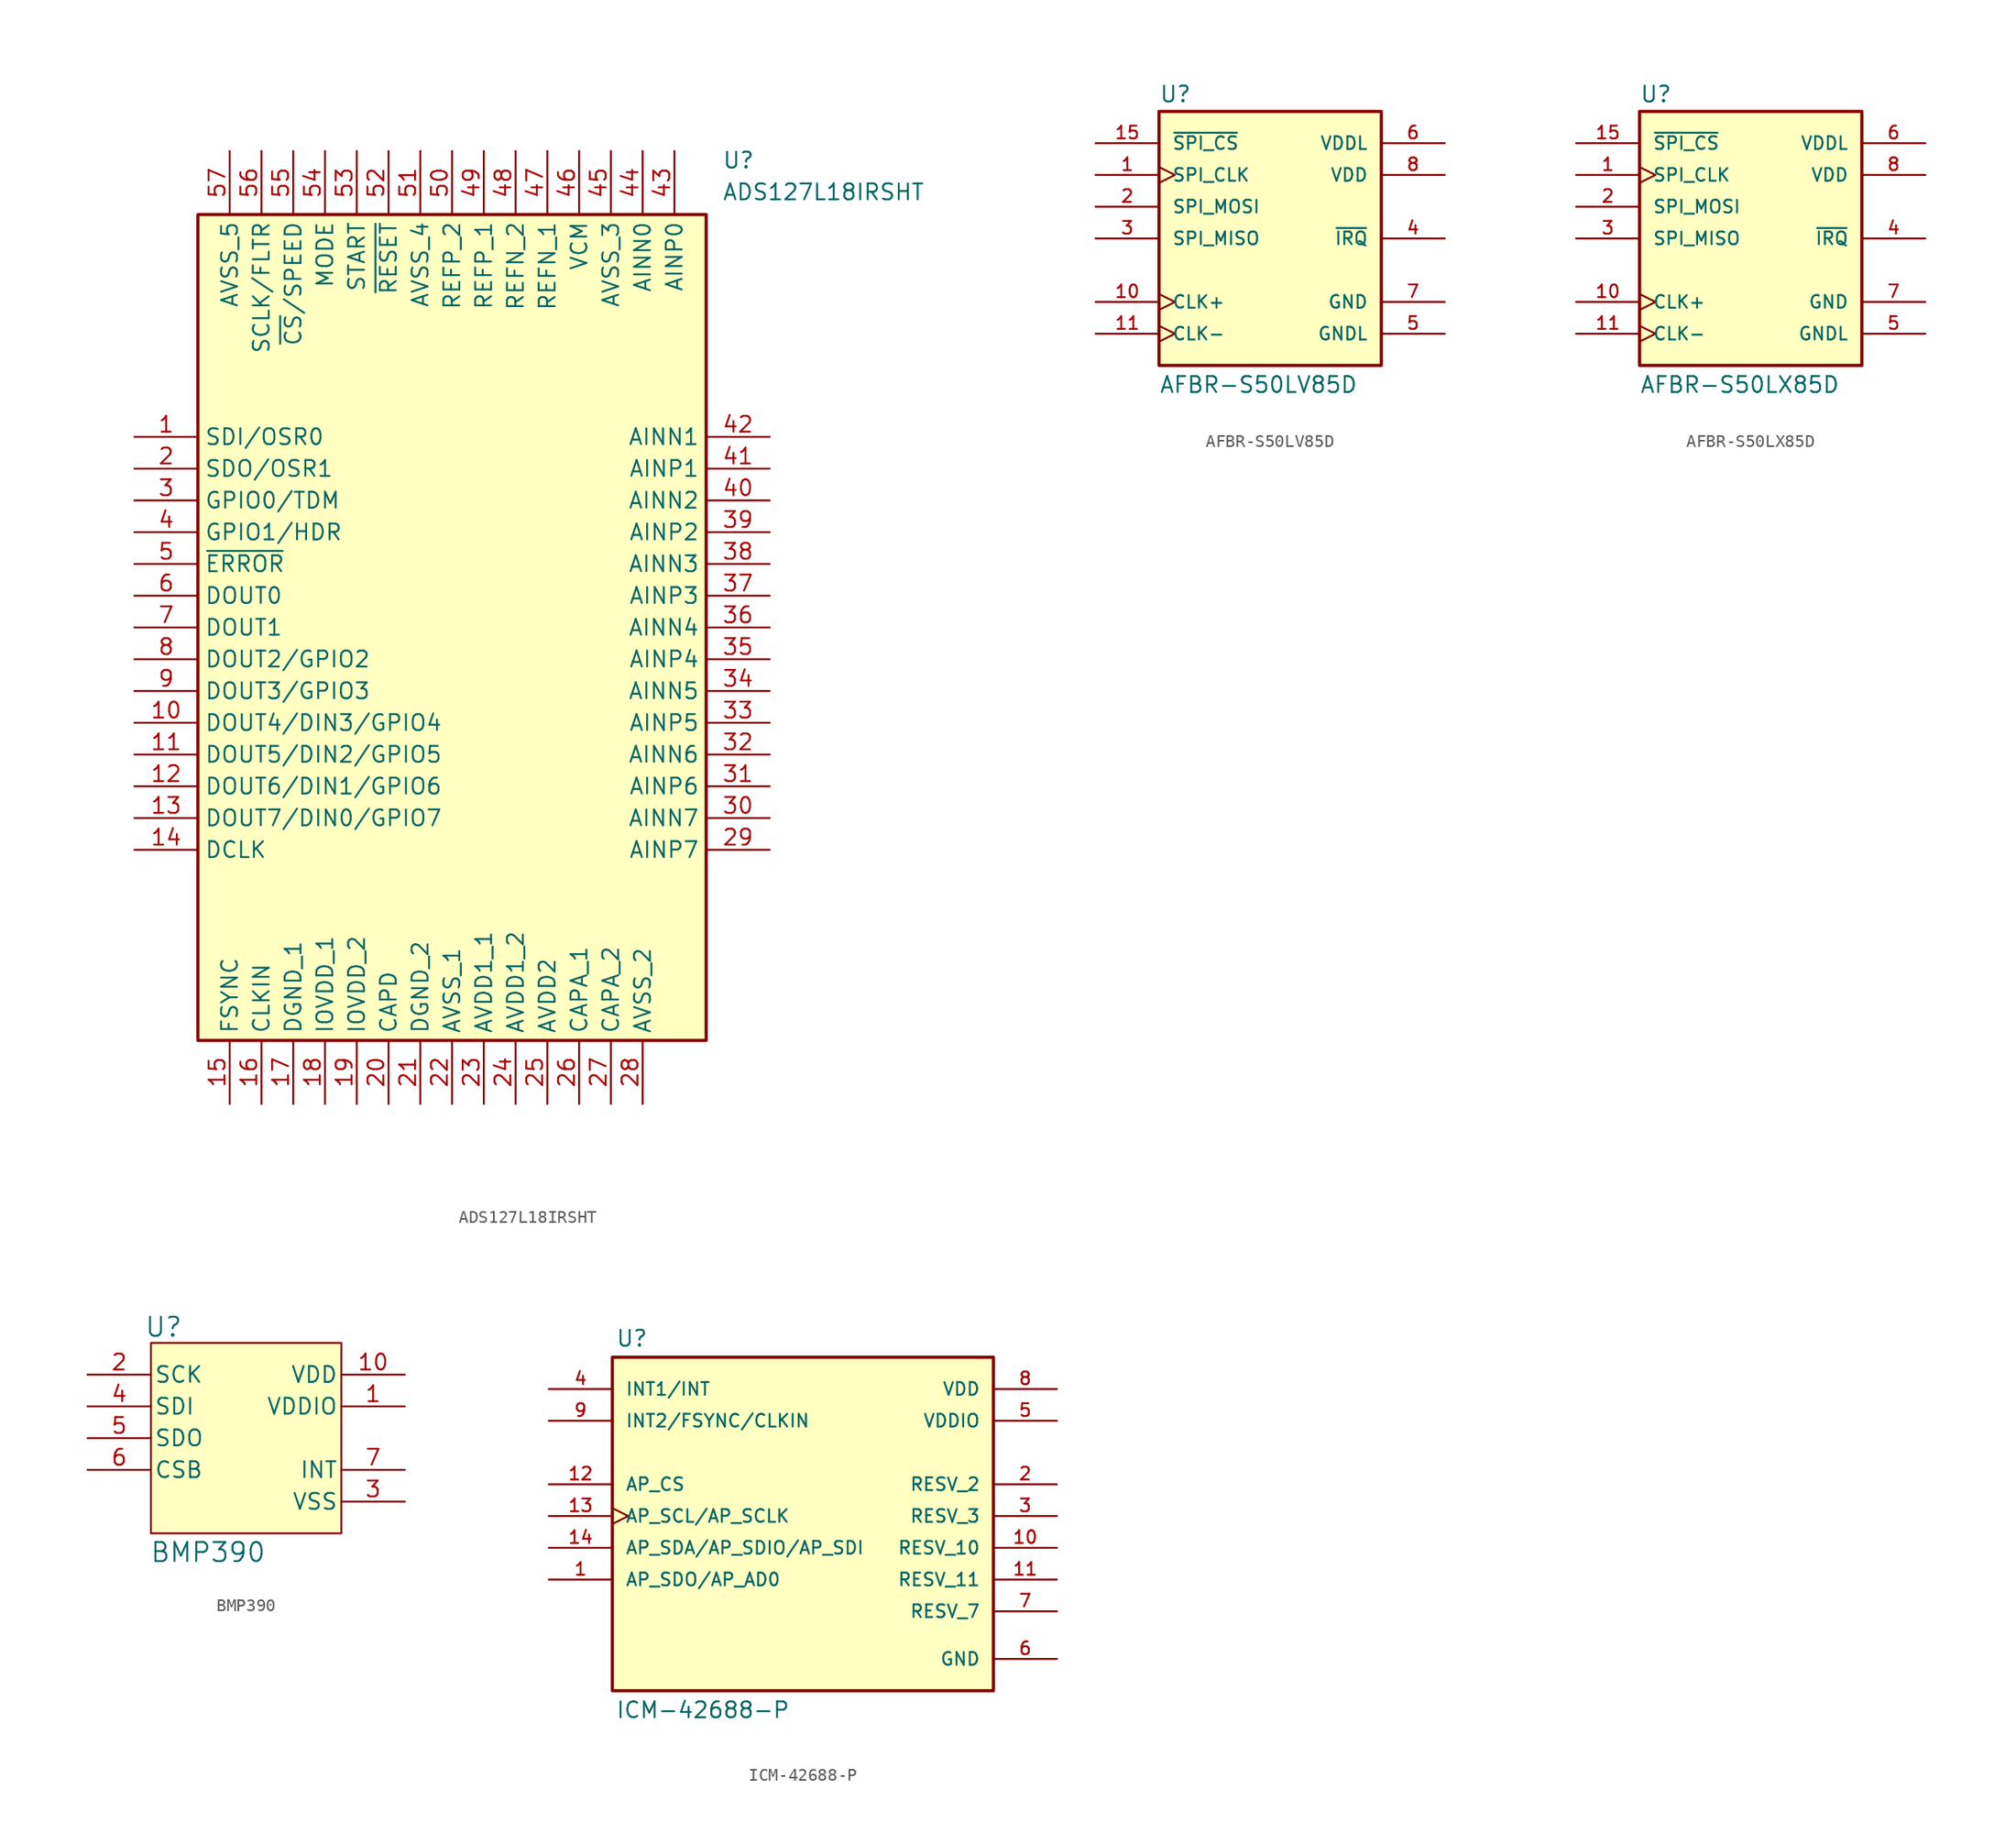
<source format=kicad_sym>
(kicad_symbol_lib
  (version 20241209)
  (generator "kicad_symbol_editor")
  (generator_version "9.0")
  (symbol "ADS127L18IRSHT"
    (property "Reference" "U"
      (at 46.99 22.86 0)
      (effects (font (size 1.27 1.27)) (justify left top)))
    (property "Value" "ADS127L18IRSHT"
      (at 46.99 20.32 0)
      (effects (font (size 1.27 1.27)) (justify left top)))
    (symbol "ADS127L18IRSHT_1_1"
      (rectangle (start 5.08 17.78) (end 45.72 -48.26) (stroke (width 0.254) (type default)) (fill (type background)))
      (pin passive line (at 0 0 0) (length 5.08) (name "SDI/OSR0" (effects (font (size 1.27 1.27)))) (number "1" (effects (font (size 1.27 1.27)))))
      (pin passive line (at 0 -2.54 0) (length 5.08) (name "SDO/OSR1" (effects (font (size 1.27 1.27)))) (number "2" (effects (font (size 1.27 1.27)))))
      (pin passive line (at 0 -5.08 0) (length 5.08) (name "GPIO0/TDM" (effects (font (size 1.27 1.27)))) (number "3" (effects (font (size 1.27 1.27)))))
      (pin passive line (at 0 -7.62 0) (length 5.08) (name "GPIO1/HDR" (effects (font (size 1.27 1.27)))) (number "4" (effects (font (size 1.27 1.27)))))
      (pin passive line (at 0 -10.16 0) (length 5.08) (name "~{ERROR}" (effects (font (size 1.27 1.27)))) (number "5" (effects (font (size 1.27 1.27)))))
      (pin passive line (at 0 -12.7 0) (length 5.08) (name "DOUT0" (effects (font (size 1.27 1.27)))) (number "6" (effects (font (size 1.27 1.27)))))
      (pin passive line (at 0 -15.24 0) (length 5.08) (name "DOUT1" (effects (font (size 1.27 1.27)))) (number "7" (effects (font (size 1.27 1.27)))))
      (pin passive line (at 0 -17.78 0) (length 5.08) (name "DOUT2/GPIO2" (effects (font (size 1.27 1.27)))) (number "8" (effects (font (size 1.27 1.27)))))
      (pin passive line (at 0 -20.32 0) (length 5.08) (name "DOUT3/GPIO3" (effects (font (size 1.27 1.27)))) (number "9" (effects (font (size 1.27 1.27)))))
      (pin passive line (at 0 -22.86 0) (length 5.08) (name "DOUT4/DIN3/GPIO4" (effects (font (size 1.27 1.27)))) (number "10" (effects (font (size 1.27 1.27)))))
      (pin passive line (at 0 -25.4 0) (length 5.08) (name "DOUT5/DIN2/GPIO5" (effects (font (size 1.27 1.27)))) (number "11" (effects (font (size 1.27 1.27)))))
      (pin passive line (at 0 -27.94 0) (length 5.08) (name "DOUT6/DIN1/GPIO6" (effects (font (size 1.27 1.27)))) (number "12" (effects (font (size 1.27 1.27)))))
      (pin passive line (at 0 -30.48 0) (length 5.08) (name "DOUT7/DIN0/GPIO7" (effects (font (size 1.27 1.27)))) (number "13" (effects (font (size 1.27 1.27)))))
      (pin passive line (at 0 -33.02 0) (length 5.08) (name "DCLK" (effects (font (size 1.27 1.27)))) (number "14" (effects (font (size 1.27 1.27)))))
      (pin passive line (at 7.62 22.86 270) (length 5.08) (name "AVSS_5" (effects (font (size 1.27 1.27)))) (number "57" (effects (font (size 1.27 1.27)))))
      (pin passive line (at 7.62 -53.34 90) (length 5.08) (name "FSYNC" (effects (font (size 1.27 1.27)))) (number "15" (effects (font (size 1.27 1.27)))))
      (pin passive line (at 10.16 22.86 270) (length 5.08) (name "SCLK/FLTR" (effects (font (size 1.27 1.27)))) (number "56" (effects (font (size 1.27 1.27)))))
      (pin passive line (at 10.16 -53.34 90) (length 5.08) (name "CLKIN" (effects (font (size 1.27 1.27)))) (number "16" (effects (font (size 1.27 1.27)))))
      (pin passive line (at 12.7 22.86 270) (length 5.08) (name "~{CS}/SPEED" (effects (font (size 1.27 1.27)))) (number "55" (effects (font (size 1.27 1.27)))))
      (pin passive line (at 12.7 -53.34 90) (length 5.08) (name "DGND_1" (effects (font (size 1.27 1.27)))) (number "17" (effects (font (size 1.27 1.27)))))
      (pin passive line (at 15.24 22.86 270) (length 5.08) (name "MODE" (effects (font (size 1.27 1.27)))) (number "54" (effects (font (size 1.27 1.27)))))
      (pin passive line (at 15.24 -53.34 90) (length 5.08) (name "IOVDD_1" (effects (font (size 1.27 1.27)))) (number "18" (effects (font (size 1.27 1.27)))))
      (pin passive line (at 17.78 22.86 270) (length 5.08) (name "START" (effects (font (size 1.27 1.27)))) (number "53" (effects (font (size 1.27 1.27)))))
      (pin passive line (at 17.78 -53.34 90) (length 5.08) (name "IOVDD_2" (effects (font (size 1.27 1.27)))) (number "19" (effects (font (size 1.27 1.27)))))
      (pin passive line (at 20.32 22.86 270) (length 5.08) (name "~{RESET}" (effects (font (size 1.27 1.27)))) (number "52" (effects (font (size 1.27 1.27)))))
      (pin passive line (at 20.32 -53.34 90) (length 5.08) (name "CAPD" (effects (font (size 1.27 1.27)))) (number "20" (effects (font (size 1.27 1.27)))))
      (pin passive line (at 22.86 22.86 270) (length 5.08) (name "AVSS_4" (effects (font (size 1.27 1.27)))) (number "51" (effects (font (size 1.27 1.27)))))
      (pin passive line (at 22.86 -53.34 90) (length 5.08) (name "DGND_2" (effects (font (size 1.27 1.27)))) (number "21" (effects (font (size 1.27 1.27)))))
      (pin passive line (at 25.4 22.86 270) (length 5.08) (name "REFP_2" (effects (font (size 1.27 1.27)))) (number "50" (effects (font (size 1.27 1.27)))))
      (pin passive line (at 25.4 -53.34 90) (length 5.08) (name "AVSS_1" (effects (font (size 1.27 1.27)))) (number "22" (effects (font (size 1.27 1.27)))))
      (pin passive line (at 27.94 22.86 270) (length 5.08) (name "REFP_1" (effects (font (size 1.27 1.27)))) (number "49" (effects (font (size 1.27 1.27)))))
      (pin passive line (at 27.94 -53.34 90) (length 5.08) (name "AVDD1_1" (effects (font (size 1.27 1.27)))) (number "23" (effects (font (size 1.27 1.27)))))
      (pin passive line (at 30.48 22.86 270) (length 5.08) (name "REFN_2" (effects (font (size 1.27 1.27)))) (number "48" (effects (font (size 1.27 1.27)))))
      (pin passive line (at 30.48 -53.34 90) (length 5.08) (name "AVDD1_2" (effects (font (size 1.27 1.27)))) (number "24" (effects (font (size 1.27 1.27)))))
      (pin passive line (at 33.02 22.86 270) (length 5.08) (name "REFN_1" (effects (font (size 1.27 1.27)))) (number "47" (effects (font (size 1.27 1.27)))))
      (pin passive line (at 33.02 -53.34 90) (length 5.08) (name "AVDD2" (effects (font (size 1.27 1.27)))) (number "25" (effects (font (size 1.27 1.27)))))
      (pin passive line (at 35.56 22.86 270) (length 5.08) (name "VCM" (effects (font (size 1.27 1.27)))) (number "46" (effects (font (size 1.27 1.27)))))
      (pin passive line (at 35.56 -53.34 90) (length 5.08) (name "CAPA_1" (effects (font (size 1.27 1.27)))) (number "26" (effects (font (size 1.27 1.27)))))
      (pin passive line (at 38.1 22.86 270) (length 5.08) (name "AVSS_3" (effects (font (size 1.27 1.27)))) (number "45" (effects (font (size 1.27 1.27)))))
      (pin passive line (at 38.1 -53.34 90) (length 5.08) (name "CAPA_2" (effects (font (size 1.27 1.27)))) (number "27" (effects (font (size 1.27 1.27)))))
      (pin passive line (at 40.64 22.86 270) (length 5.08) (name "AINN0" (effects (font (size 1.27 1.27)))) (number "44" (effects (font (size 1.27 1.27)))))
      (pin passive line (at 40.64 -53.34 90) (length 5.08) (name "AVSS_2" (effects (font (size 1.27 1.27)))) (number "28" (effects (font (size 1.27 1.27)))))
      (pin passive line (at 43.18 22.86 270) (length 5.08) (name "AINP0" (effects (font (size 1.27 1.27)))) (number "43" (effects (font (size 1.27 1.27)))))
      (pin passive line (at 50.8 0 180) (length 5.08) (name "AINN1" (effects (font (size 1.27 1.27)))) (number "42" (effects (font (size 1.27 1.27)))))
      (pin passive line (at 50.8 -2.54 180) (length 5.08) (name "AINP1" (effects (font (size 1.27 1.27)))) (number "41" (effects (font (size 1.27 1.27)))))
      (pin passive line (at 50.8 -5.08 180) (length 5.08) (name "AINN2" (effects (font (size 1.27 1.27)))) (number "40" (effects (font (size 1.27 1.27)))))
      (pin passive line (at 50.8 -7.62 180) (length 5.08) (name "AINP2" (effects (font (size 1.27 1.27)))) (number "39" (effects (font (size 1.27 1.27)))))
      (pin passive line (at 50.8 -10.16 180) (length 5.08) (name "AINN3" (effects (font (size 1.27 1.27)))) (number "38" (effects (font (size 1.27 1.27)))))
      (pin passive line (at 50.8 -12.7 180) (length 5.08) (name "AINP3" (effects (font (size 1.27 1.27)))) (number "37" (effects (font (size 1.27 1.27)))))
      (pin passive line (at 50.8 -15.24 180) (length 5.08) (name "AINN4" (effects (font (size 1.27 1.27)))) (number "36" (effects (font (size 1.27 1.27)))))
      (pin passive line (at 50.8 -17.78 180) (length 5.08) (name "AINP4" (effects (font (size 1.27 1.27)))) (number "35" (effects (font (size 1.27 1.27)))))
      (pin passive line (at 50.8 -20.32 180) (length 5.08) (name "AINN5" (effects (font (size 1.27 1.27)))) (number "34" (effects (font (size 1.27 1.27)))))
      (pin passive line (at 50.8 -22.86 180) (length 5.08) (name "AINP5" (effects (font (size 1.27 1.27)))) (number "33" (effects (font (size 1.27 1.27)))))
      (pin passive line (at 50.8 -25.4 180) (length 5.08) (name "AINN6" (effects (font (size 1.27 1.27)))) (number "32" (effects (font (size 1.27 1.27)))))
      (pin passive line (at 50.8 -27.94 180) (length 5.08) (name "AINP6" (effects (font (size 1.27 1.27)))) (number "31" (effects (font (size 1.27 1.27)))))
      (pin passive line (at 50.8 -30.48 180) (length 5.08) (name "AINN7" (effects (font (size 1.27 1.27)))) (number "30" (effects (font (size 1.27 1.27)))))
      (pin passive line (at 50.8 -33.02 180) (length 5.08) (name "AINP7" (effects (font (size 1.27 1.27)))) (number "29" (effects (font (size 1.27 1.27)))))))
  (symbol "AFBR-S50LV85D"
    (pin_names
      (offset 1.016))
    (property "Reference" "U"
      (at -8.89 10.795 0)
      (effects (font (size 1.27 1.27)) (justify left bottom)))
    (property "Value" "AFBR-S50LV85D"
      (at -8.89 -12.446 0)
      (effects (font (size 1.27 1.27)) (justify left bottom)))
    (symbol "AFBR-S50LV85D_0_0"
      (rectangle (start -8.89 10.16) (end 8.89 -10.16) (stroke (width 0.254) (type default)) (fill (type background)))
      (pin input line (at -13.97 7.62 0) (length 5.08) (name "~{SPI_CS}" (effects (font (size 1.016 1.016)))) (number "15" (effects (font (size 1.016 1.016)))))
      (pin input clock (at -13.97 5.08 0) (length 5.08) (name "SPI_CLK" (effects (font (size 1.016 1.016)))) (number "1" (effects (font (size 1.016 1.016)))))
      (pin input line (at -13.97 2.54 0) (length 5.08) (name "SPI_MOSI" (effects (font (size 1.016 1.016)))) (number "2" (effects (font (size 1.016 1.016)))))
      (pin output line (at -13.97 0 0) (length 5.08) (name "SPI_MISO" (effects (font (size 1.016 1.016)))) (number "3" (effects (font (size 1.016 1.016)))))
      (pin bidirectional clock (at -13.97 -5.08 0) (length 5.08) (name "CLK+" (effects (font (size 1.016 1.016)))) (number "10" (effects (font (size 1.016 1.016)))))
      (pin bidirectional clock (at -13.97 -7.62 0) (length 5.08) (name "CLK-" (effects (font (size 1.016 1.016)))) (number "11" (effects (font (size 1.016 1.016)))))
      (pin power_in line (at 13.97 7.62 180) (length 5.08) (name "VDDL" (effects (font (size 1.016 1.016)))) (number "6" (effects (font (size 1.016 1.016)))))
      (pin power_in line (at 13.97 5.08 180) (length 5.08) (hide yes) (name "VDD" (effects (font (size 1.016 1.016)))) (number "13" (effects (font (size 1.016 1.016)))))
      (pin power_in line (at 13.97 5.08 180) (length 5.08) (name "VDD" (effects (font (size 1.016 1.016)))) (number "8" (effects (font (size 1.016 1.016)))))
      (pin no_connect line (at 13.97 2.54 180) (length 5.08) (hide yes) (name "TEST" (effects (font (size 1.016 1.016)))) (number "12" (effects (font (size 1.016 1.016)))))
      (pin output line (at 13.97 0 180) (length 5.08) (name "~{IRQ}" (effects (font (size 1.016 1.016)))) (number "4" (effects (font (size 1.016 1.016)))))
      (pin power_in line (at 13.97 -5.08 180) (length 5.08) (hide yes) (name "GND" (effects (font (size 1.016 1.016)))) (number "14" (effects (font (size 1.016 1.016)))))
      (pin power_in line (at 13.97 -5.08 180) (length 5.08) (name "GND" (effects (font (size 1.016 1.016)))) (number "7" (effects (font (size 1.016 1.016)))))
      (pin power_in line (at 13.97 -5.08 180) (length 5.08) (hide yes) (name "GND" (effects (font (size 1.016 1.016)))) (number "9" (effects (font (size 1.016 1.016)))))
      (pin power_in line (at 13.97 -7.62 180) (length 5.08) (name "GNDL" (effects (font (size 1.016 1.016)))) (number "5" (effects (font (size 1.016 1.016)))))))
  (symbol "AFBR-S50LX85D"
    (pin_names
      (offset 1.016))
    (property "Reference" "U"
      (at -8.89 10.795 0)
      (effects (font (size 1.27 1.27)) (justify left bottom)))
    (property "Value" "AFBR-S50LX85D"
      (at -8.89 -12.446 0)
      (effects (font (size 1.27 1.27)) (justify left bottom)))
    (symbol "AFBR-S50LX85D_0_0"
      (rectangle (start -8.89 10.16) (end 8.89 -10.16) (stroke (width 0.254) (type default)) (fill (type background)))
      (pin input line (at -13.97 7.62 0) (length 5.08) (name "~{SPI_CS}" (effects (font (size 1.016 1.016)))) (number "15" (effects (font (size 1.016 1.016)))))
      (pin input clock (at -13.97 5.08 0) (length 5.08) (name "SPI_CLK" (effects (font (size 1.016 1.016)))) (number "1" (effects (font (size 1.016 1.016)))))
      (pin input line (at -13.97 2.54 0) (length 5.08) (name "SPI_MOSI" (effects (font (size 1.016 1.016)))) (number "2" (effects (font (size 1.016 1.016)))))
      (pin output line (at -13.97 0 0) (length 5.08) (name "SPI_MISO" (effects (font (size 1.016 1.016)))) (number "3" (effects (font (size 1.016 1.016)))))
      (pin bidirectional clock (at -13.97 -5.08 0) (length 5.08) (name "CLK+" (effects (font (size 1.016 1.016)))) (number "10" (effects (font (size 1.016 1.016)))))
      (pin bidirectional clock (at -13.97 -7.62 0) (length 5.08) (name "CLK-" (effects (font (size 1.016 1.016)))) (number "11" (effects (font (size 1.016 1.016)))))
      (pin power_in line (at 13.97 7.62 180) (length 5.08) (name "VDDL" (effects (font (size 1.016 1.016)))) (number "6" (effects (font (size 1.016 1.016)))))
      (pin power_in line (at 13.97 5.08 180) (length 5.08) (hide yes) (name "VDD" (effects (font (size 1.016 1.016)))) (number "13" (effects (font (size 1.016 1.016)))))
      (pin power_in line (at 13.97 5.08 180) (length 5.08) (name "VDD" (effects (font (size 1.016 1.016)))) (number "8" (effects (font (size 1.016 1.016)))))
      (pin no_connect line (at 13.97 2.54 180) (length 5.08) (hide yes) (name "TEST" (effects (font (size 1.016 1.016)))) (number "12" (effects (font (size 1.016 1.016)))))
      (pin output line (at 13.97 0 180) (length 5.08) (name "~{IRQ}" (effects (font (size 1.016 1.016)))) (number "4" (effects (font (size 1.016 1.016)))))
      (pin power_in line (at 13.97 -5.08 180) (length 5.08) (hide yes) (name "GND" (effects (font (size 1.016 1.016)))) (number "14" (effects (font (size 1.016 1.016)))))
      (pin power_in line (at 13.97 -5.08 180) (length 5.08) (name "GND" (effects (font (size 1.016 1.016)))) (number "7" (effects (font (size 1.016 1.016)))))
      (pin power_in line (at 13.97 -5.08 180) (length 5.08) (hide yes) (name "GND" (effects (font (size 1.016 1.016)))) (number "9" (effects (font (size 1.016 1.016)))))
      (pin power_in line (at 13.97 -7.62 180) (length 5.08) (name "GNDL" (effects (font (size 1.016 1.016)))) (number "5" (effects (font (size 1.016 1.016)))))))
  (symbol "BMP390"
    (pin_names
      (offset 0.254))
    (property "Reference" "U"
      (at -6.604 8.89 0)
      (effects (font (size 1.524 1.524))))
    (property "Value" "BMP390"
      (at -3.048 -9.144 0)
      (effects (font (size 1.524 1.524))))
    (symbol "BMP390_0_1"
      (pin input line (at -12.7 5.08 0) (length 5.08) (name "SCK" (effects (font (size 1.27 1.27)))) (number "2" (effects (font (size 1.27 1.27)))))
      (pin bidirectional line (at -12.7 2.54 0) (length 5.08) (name "SDI" (effects (font (size 1.27 1.27)))) (number "4" (effects (font (size 1.27 1.27)))))
      (pin bidirectional line (at -12.7 0 0) (length 5.08) (name "SDO" (effects (font (size 1.27 1.27)))) (number "5" (effects (font (size 1.27 1.27)))))
      (pin input line (at -12.7 -2.54 0) (length 5.08) (name "CSB" (effects (font (size 1.27 1.27)))) (number "6" (effects (font (size 1.27 1.27)))))
      (pin power_in line (at 12.7 5.08 180) (length 5.08) (name "VDD" (effects (font (size 1.27 1.27)))) (number "10" (effects (font (size 1.27 1.27)))))
      (pin power_in line (at 12.7 2.54 180) (length 5.08) (name "VDDIO" (effects (font (size 1.27 1.27)))) (number "1" (effects (font (size 1.27 1.27)))))
      (pin output line (at 12.7 -2.54 180) (length 5.08) (name "INT" (effects (font (size 1.27 1.27)))) (number "7" (effects (font (size 1.27 1.27)))))
      (pin power_out line (at 12.7 -5.08 180) (length 5.08) (name "VSS" (effects (font (size 1.27 1.27)))) (number "3" (effects (font (size 1.27 1.27)))))
      (pin power_out line (at 12.7 -5.08 180) (length 5.08) (hide yes) (name "VSS" (effects (font (size 1.27 1.27)))) (number "8" (effects (font (size 1.27 1.27)))))
      (pin power_out line (at 12.7 -5.08 180) (length 5.08) (hide yes) (name "VSS" (effects (font (size 1.27 1.27)))) (number "9" (effects (font (size 1.27 1.27))))))
    (symbol "BMP390_1_1"
      (rectangle (start -7.62 7.62) (end 7.62 -7.62) (stroke (width 0) (type default)) (fill (type background)))))
  (symbol "ICM-42688-P"
    (pin_names
      (offset 1.016))
    (property "Reference" "U"
      (at -14.986 13.462 0)
      (effects (font (size 1.27 1.27)) (justify left bottom)))
    (property "Value" "ICM-42688-P"
      (at -14.986 -16.256 0)
      (effects (font (size 1.27 1.27)) (justify left bottom)))
    (symbol "ICM-42688-P_0_0"
      (rectangle (start -15.24 12.7) (end 15.24 -13.97) (stroke (width 0.254) (type default)) (fill (type background)))
      (pin output line (at -20.32 10.16 0) (length 5.08) (name "INT1/INT" (effects (font (size 1.016 1.016)))) (number "4" (effects (font (size 1.016 1.016)))))
      (pin bidirectional line (at -20.32 7.62 0) (length 5.08) (name "INT2/FSYNC/CLKIN" (effects (font (size 1.016 1.016)))) (number "9" (effects (font (size 1.016 1.016)))))
      (pin input line (at -20.32 2.54 0) (length 5.08) (name "AP_CS" (effects (font (size 1.016 1.016)))) (number "12" (effects (font (size 1.016 1.016)))))
      (pin input clock (at -20.32 0 0) (length 5.08) (name "AP_SCL/AP_SCLK" (effects (font (size 1.016 1.016)))) (number "13" (effects (font (size 1.016 1.016)))))
      (pin bidirectional line (at -20.32 -2.54 0) (length 5.08) (name "AP_SDA/AP_SDIO/AP_SDI" (effects (font (size 1.016 1.016)))) (number "14" (effects (font (size 1.016 1.016)))))
      (pin bidirectional line (at -20.32 -5.08 0) (length 5.08) (name "AP_SDO/AP_AD0" (effects (font (size 1.016 1.016)))) (number "1" (effects (font (size 1.016 1.016)))))
      (pin power_in line (at 20.32 10.16 180) (length 5.08) (name "VDD" (effects (font (size 1.016 1.016)))) (number "8" (effects (font (size 1.016 1.016)))))
      (pin power_in line (at 20.32 7.62 180) (length 5.08) (name "VDDIO" (effects (font (size 1.016 1.016)))) (number "5" (effects (font (size 1.016 1.016)))))
      (pin passive line (at 20.32 2.54 180) (length 5.08) (name "RESV_2" (effects (font (size 1.016 1.016)))) (number "2" (effects (font (size 1.016 1.016)))))
      (pin passive line (at 20.32 0 180) (length 5.08) (name "RESV_3" (effects (font (size 1.016 1.016)))) (number "3" (effects (font (size 1.016 1.016)))))
      (pin passive line (at 20.32 -2.54 180) (length 5.08) (name "RESV_10" (effects (font (size 1.016 1.016)))) (number "10" (effects (font (size 1.016 1.016)))))
      (pin passive line (at 20.32 -5.08 180) (length 5.08) (name "RESV_11" (effects (font (size 1.016 1.016)))) (number "11" (effects (font (size 1.016 1.016)))))
      (pin passive line (at 20.32 -7.62 180) (length 5.08) (name "RESV_7" (effects (font (size 1.016 1.016)))) (number "7" (effects (font (size 1.016 1.016)))))
      (pin power_in line (at 20.32 -11.43 180) (length 5.08) (name "GND" (effects (font (size 1.016 1.016)))) (number "6" (effects (font (size 1.016 1.016))))))))
</source>
